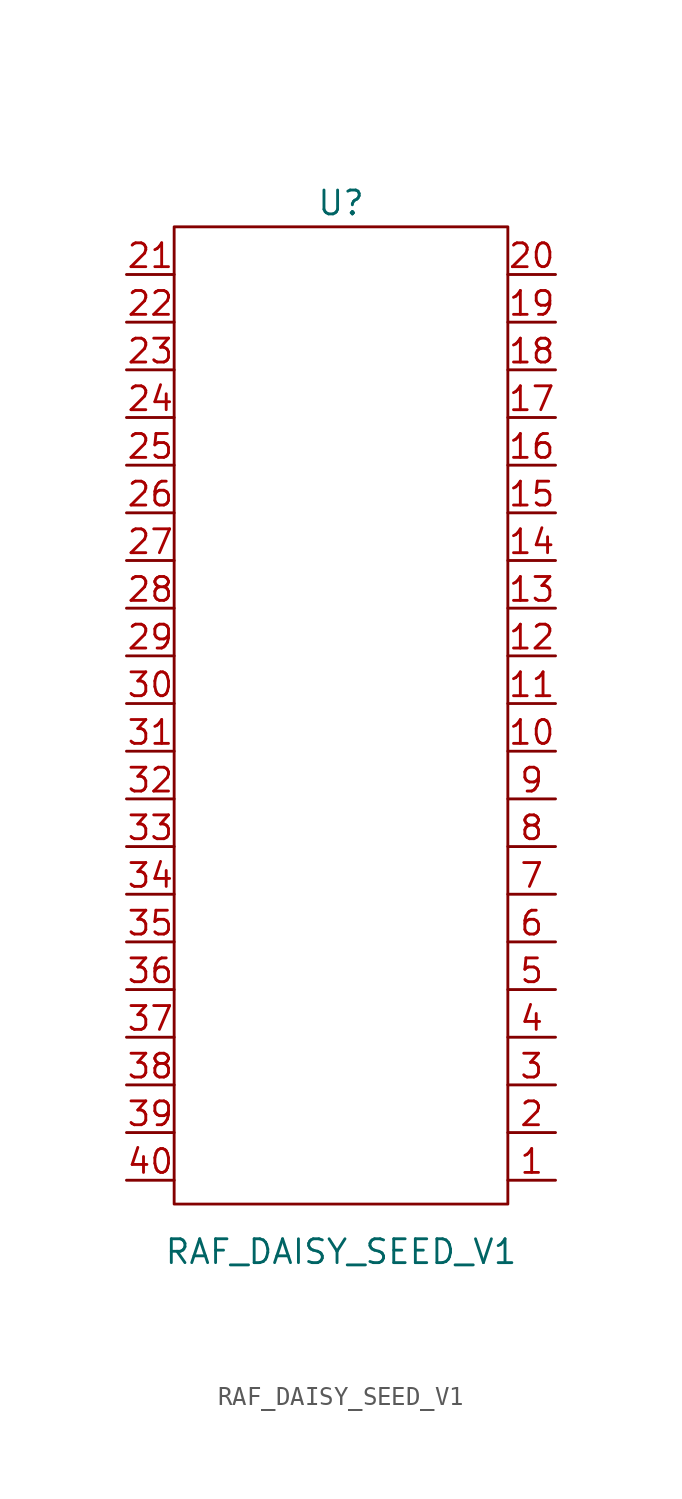
<source format=kicad_sym>
(kicad_symbol_lib
  (version 20211014)
  (generator kicad_symbol_editor)
  (symbol "RAF_DAISY_SEED_V1"
    (property "Reference" "U"
      (at 0 27.94 0)
      (effects (font (size 1.27 1.27))))
    (property "Value" "RAF_DAISY_SEED_V1"
      (at 0 -27.94 0)
      (effects (font (size 1.27 1.27))))
    (symbol "RAF_DAISY_SEED_V1_0_1"
      (rectangle (start -8.89 26.67) (end 8.89 -25.4) (stroke (width 0.152) (type default) (color 0 0 0 0)) (fill (type none))))
    (symbol "RAF_DAISY_SEED_V1_1_1"
      (pin unspecified line (at 11.43 -24.13 180) (length 2.54) (name "" (effects (font (size 1.27 1.27)))) (number "1" (effects (font (size 1.27 1.27)))))
      (pin unspecified line (at 11.43 -1.27 180) (length 2.54) (name "" (effects (font (size 1.27 1.27)))) (number "10" (effects (font (size 1.27 1.27)))))
      (pin unspecified line (at 11.43 1.27 180) (length 2.54) (name "" (effects (font (size 1.27 1.27)))) (number "11" (effects (font (size 1.27 1.27)))))
      (pin unspecified line (at 11.43 3.81 180) (length 2.54) (name "" (effects (font (size 1.27 1.27)))) (number "12" (effects (font (size 1.27 1.27)))))
      (pin unspecified line (at 11.43 6.35 180) (length 2.54) (name "" (effects (font (size 1.27 1.27)))) (number "13" (effects (font (size 1.27 1.27)))))
      (pin unspecified line (at 11.43 8.89 180) (length 2.54) (name "" (effects (font (size 1.27 1.27)))) (number "14" (effects (font (size 1.27 1.27)))))
      (pin unspecified line (at 11.43 11.43 180) (length 2.54) (name "" (effects (font (size 1.27 1.27)))) (number "15" (effects (font (size 1.27 1.27)))))
      (pin unspecified line (at 11.43 13.97 180) (length 2.54) (name "" (effects (font (size 1.27 1.27)))) (number "16" (effects (font (size 1.27 1.27)))))
      (pin unspecified line (at 11.43 16.51 180) (length 2.54) (name "" (effects (font (size 1.27 1.27)))) (number "17" (effects (font (size 1.27 1.27)))))
      (pin unspecified line (at 11.43 19.05 180) (length 2.54) (name "" (effects (font (size 1.27 1.27)))) (number "18" (effects (font (size 1.27 1.27)))))
      (pin unspecified line (at 11.43 21.59 180) (length 2.54) (name "" (effects (font (size 1.27 1.27)))) (number "19" (effects (font (size 1.27 1.27)))))
      (pin unspecified line (at 11.43 -21.59 180) (length 2.54) (name "" (effects (font (size 1.27 1.27)))) (number "2" (effects (font (size 1.27 1.27)))))
      (pin unspecified line (at 11.43 24.13 180) (length 2.54) (name "" (effects (font (size 1.27 1.27)))) (number "20" (effects (font (size 1.27 1.27)))))
      (pin unspecified line (at -11.43 24.13 0) (length 2.54) (name "" (effects (font (size 1.27 1.27)))) (number "21" (effects (font (size 1.27 1.27)))))
      (pin unspecified line (at -11.43 21.59 0) (length 2.54) (name "" (effects (font (size 1.27 1.27)))) (number "22" (effects (font (size 1.27 1.27)))))
      (pin unspecified line (at -11.43 19.05 0) (length 2.54) (name "" (effects (font (size 1.27 1.27)))) (number "23" (effects (font (size 1.27 1.27)))))
      (pin unspecified line (at -11.43 16.51 0) (length 2.54) (name "" (effects (font (size 1.27 1.27)))) (number "24" (effects (font (size 1.27 1.27)))))
      (pin unspecified line (at -11.43 13.97 0) (length 2.54) (name "" (effects (font (size 1.27 1.27)))) (number "25" (effects (font (size 1.27 1.27)))))
      (pin unspecified line (at -11.43 11.43 0) (length 2.54) (name "" (effects (font (size 1.27 1.27)))) (number "26" (effects (font (size 1.27 1.27)))))
      (pin unspecified line (at -11.43 8.89 0) (length 2.54) (name "" (effects (font (size 1.27 1.27)))) (number "27" (effects (font (size 1.27 1.27)))))
      (pin unspecified line (at -11.43 6.35 0) (length 2.54) (name "" (effects (font (size 1.27 1.27)))) (number "28" (effects (font (size 1.27 1.27)))))
      (pin unspecified line (at -11.43 3.81 0) (length 2.54) (name "" (effects (font (size 1.27 1.27)))) (number "29" (effects (font (size 1.27 1.27)))))
      (pin unspecified line (at 11.43 -19.05 180) (length 2.54) (name "" (effects (font (size 1.27 1.27)))) (number "3" (effects (font (size 1.27 1.27)))))
      (pin unspecified line (at -11.43 1.27 0) (length 2.54) (name "" (effects (font (size 1.27 1.27)))) (number "30" (effects (font (size 1.27 1.27)))))
      (pin unspecified line (at -11.43 -1.27 0) (length 2.54) (name "" (effects (font (size 1.27 1.27)))) (number "31" (effects (font (size 1.27 1.27)))))
      (pin unspecified line (at -11.43 -3.81 0) (length 2.54) (name "" (effects (font (size 1.27 1.27)))) (number "32" (effects (font (size 1.27 1.27)))))
      (pin unspecified line (at -11.43 -6.35 0) (length 2.54) (name "" (effects (font (size 1.27 1.27)))) (number "33" (effects (font (size 1.27 1.27)))))
      (pin unspecified line (at -11.43 -8.89 0) (length 2.54) (name "" (effects (font (size 1.27 1.27)))) (number "34" (effects (font (size 1.27 1.27)))))
      (pin unspecified line (at -11.43 -11.43 0) (length 2.54) (name "" (effects (font (size 1.27 1.27)))) (number "35" (effects (font (size 1.27 1.27)))))
      (pin unspecified line (at -11.43 -13.97 0) (length 2.54) (name "" (effects (font (size 1.27 1.27)))) (number "36" (effects (font (size 1.27 1.27)))))
      (pin unspecified line (at -11.43 -16.51 0) (length 2.54) (name "" (effects (font (size 1.27 1.27)))) (number "37" (effects (font (size 1.27 1.27)))))
      (pin unspecified line (at -11.43 -19.05 0) (length 2.54) (name "" (effects (font (size 1.27 1.27)))) (number "38" (effects (font (size 1.27 1.27)))))
      (pin unspecified line (at -11.43 -21.59 0) (length 2.54) (name "" (effects (font (size 1.27 1.27)))) (number "39" (effects (font (size 1.27 1.27)))))
      (pin unspecified line (at 11.43 -16.51 180) (length 2.54) (name "" (effects (font (size 1.27 1.27)))) (number "4" (effects (font (size 1.27 1.27)))))
      (pin unspecified line (at -11.43 -24.13 0) (length 2.54) (name "" (effects (font (size 1.27 1.27)))) (number "40" (effects (font (size 1.27 1.27)))))
      (pin unspecified line (at 11.43 -13.97 180) (length 2.54) (name "" (effects (font (size 1.27 1.27)))) (number "5" (effects (font (size 1.27 1.27)))))
      (pin unspecified line (at 11.43 -11.43 180) (length 2.54) (name "" (effects (font (size 1.27 1.27)))) (number "6" (effects (font (size 1.27 1.27)))))
      (pin unspecified line (at 11.43 -8.89 180) (length 2.54) (name "" (effects (font (size 1.27 1.27)))) (number "7" (effects (font (size 1.27 1.27)))))
      (pin unspecified line (at 11.43 -6.35 180) (length 2.54) (name "" (effects (font (size 1.27 1.27)))) (number "8" (effects (font (size 1.27 1.27)))))
      (pin unspecified line (at 11.43 -3.81 180) (length 2.54) (name "" (effects (font (size 1.27 1.27)))) (number "9" (effects (font (size 1.27 1.27))))))))
</source>
